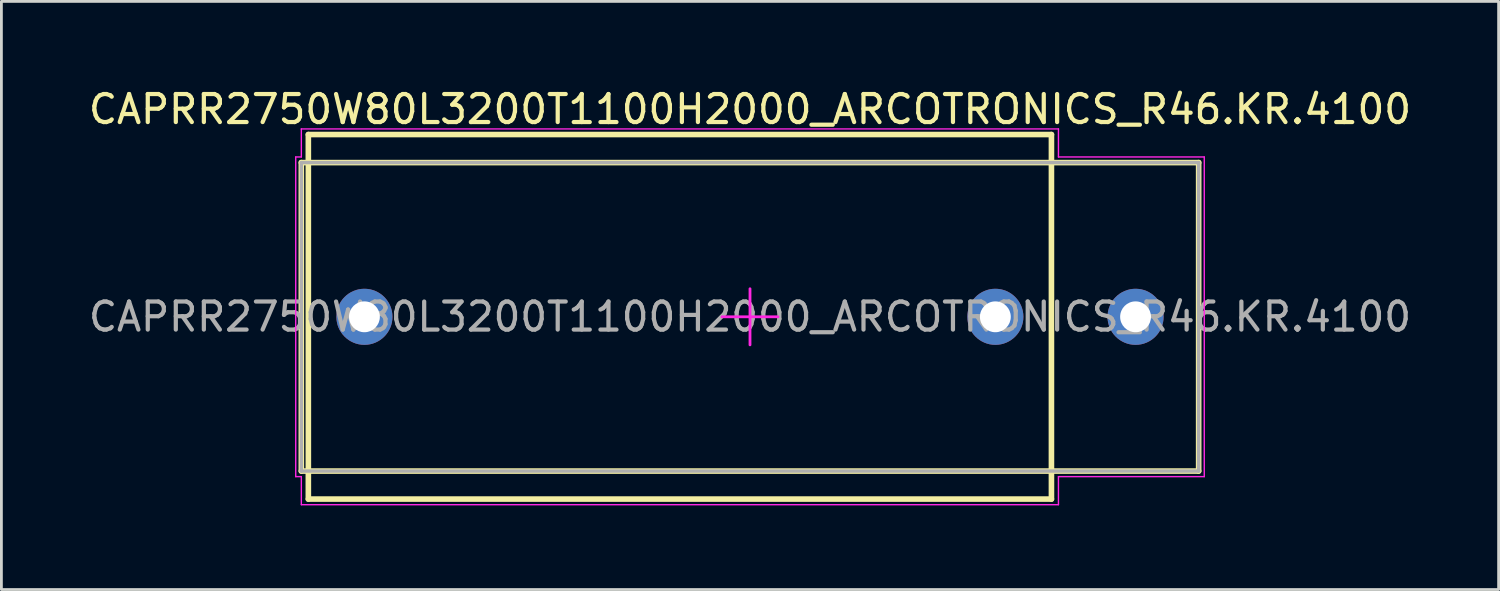
<source format=kicad_pcb>
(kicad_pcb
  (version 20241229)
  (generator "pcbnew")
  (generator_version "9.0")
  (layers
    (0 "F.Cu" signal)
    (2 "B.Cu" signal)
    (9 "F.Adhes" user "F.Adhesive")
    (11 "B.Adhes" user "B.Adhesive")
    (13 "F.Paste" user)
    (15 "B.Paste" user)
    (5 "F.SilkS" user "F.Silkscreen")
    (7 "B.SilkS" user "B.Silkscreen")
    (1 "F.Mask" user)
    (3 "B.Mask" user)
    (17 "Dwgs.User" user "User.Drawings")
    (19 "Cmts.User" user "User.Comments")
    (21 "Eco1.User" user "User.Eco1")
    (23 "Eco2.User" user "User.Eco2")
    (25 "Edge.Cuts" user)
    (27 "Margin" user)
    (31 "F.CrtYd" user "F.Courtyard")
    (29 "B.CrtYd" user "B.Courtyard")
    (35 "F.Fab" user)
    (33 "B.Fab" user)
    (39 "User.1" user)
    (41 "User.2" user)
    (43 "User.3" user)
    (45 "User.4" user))
  (footprint "CAPRR2750W80L3200T1100H2000_ARCOTRONICS_R46.KR.4100"
    (layer "F.Cu")
    (at 23.696 8.248)
    (property "Reference" "CAPRR2750W80L3200T1100H2000_ARCOTRONICS_R46.KR.4100" (at 0 -7.4 0) (layer "F.SilkS") (effects (font (size 1 1) (thickness 0.15))))
    (attr through_hole)
    (fp_line (start -16 -5.5) (end -16 5.5) (stroke (width 0.2) (type solid)) (layer "F.SilkS"))
    (fp_line (start -16 -5.5) (end 16 -5.5) (stroke (width 0.2) (type solid)) (layer "F.SilkS"))
    (fp_line (start -15.75 -6.5) (end -15.75 6.5) (stroke (width 0.2) (type solid)) (layer "F.SilkS"))
    (fp_line (start -15.75 -6.5) (end 10.75 -6.5) (stroke (width 0.2) (type solid)) (layer "F.SilkS"))
    (fp_line (start -15.75 6.5) (end 10.75 6.5) (stroke (width 0.2) (type solid)) (layer "F.SilkS"))
    (fp_line (start 10.75 -6.5) (end 10.75 6.5) (stroke (width 0.2) (type solid)) (layer "F.SilkS"))
    (fp_line (start 16 5.5) (end -16 5.5) (stroke (width 0.2) (type solid)) (layer "F.SilkS"))
    (fp_line (start 16 5.5) (end 16 -5.5) (stroke (width 0.2) (type solid)) (layer "F.SilkS"))
    (fp_line (start -16.2 -5.7) (end -16.2 5.7) (stroke (width 0.05) (type solid)) (layer "F.CrtYd"))
    (fp_line (start -16.2 -5.7) (end -16 -5.7) (stroke (width 0.05) (type solid)) (layer "F.CrtYd"))
    (fp_line (start -16.2 5.7) (end -16 5.7) (stroke (width 0.05) (type solid)) (layer "F.CrtYd"))
    (fp_line (start -16 -6.7) (end -16 -5.7) (stroke (width 0.05) (type solid)) (layer "F.CrtYd"))
    (fp_line (start -16 5.7) (end -16 6.7) (stroke (width 0.05) (type solid)) (layer "F.CrtYd"))
    (fp_line (start -16 6.7) (end 11 6.7) (stroke (width 0.05) (type solid)) (layer "F.CrtYd"))
    (fp_line (start 0 1) (end 0 -1) (stroke (width 0.1) (type solid)) (layer "F.CrtYd"))
    (fp_line (start 1 0) (end -1 0) (stroke (width 0.1) (type solid)) (layer "F.CrtYd"))
    (fp_line (start 11 -6.7) (end -16 -6.7) (stroke (width 0.05) (type solid)) (layer "F.CrtYd"))
    (fp_line (start 11 -5.7) (end 11 -6.7) (stroke (width 0.05) (type solid)) (layer "F.CrtYd"))
    (fp_line (start 11 6.7) (end 11 5.7) (stroke (width 0.05) (type solid)) (layer "F.CrtYd"))
    (fp_line (start 16.2 -5.7) (end 11 -5.7) (stroke (width 0.05) (type solid)) (layer "F.CrtYd"))
    (fp_line (start 16.2 5.7) (end 11 5.7) (stroke (width 0.05) (type solid)) (layer "F.CrtYd"))
    (fp_line (start 16.2 5.7) (end 16.2 -5.7) (stroke (width 0.05) (type solid)) (layer "F.CrtYd"))
    (fp_line (start -16 -5.5) (end 16 -5.5) (stroke (width 0.12) (type solid)) (layer "F.Fab"))
    (fp_line (start -16 5.5) (end -16 -5.5) (stroke (width 0.12) (type solid)) (layer "F.Fab"))
    (fp_line (start 16 -5.5) (end 16 5.5) (stroke (width 0.12) (type solid)) (layer "F.Fab"))
    (fp_line (start 16 5.5) (end -16 5.5) (stroke (width 0.12) (type solid)) (layer "F.Fab"))
    (fp_text user "${REFERENCE}" (at 0 0 0) (layer "F.Fab") (effects (font (size 1 1) (thickness 0.15))))
    (pad "1" thru_hole circle (at -13.75 0) (size 2 2) (drill 1.1) (layers "*.Cu" "*.Mask"))
    (pad "2" thru_hole circle (at 8.75 0) (size 2 2) (drill 1.1) (layers "*.Cu" "*.Mask"))
    (pad "2" thru_hole circle (at 13.75 0) (size 2 2) (drill 1.1) (layers "*.Cu" "*.Mask")))
  (gr_rect
    (start -3 -3)
    (end 50.393 17.973)
    (stroke (width 0.1) (type default))
    (fill no)
    (layer "Edge.Cuts")))
</source>
